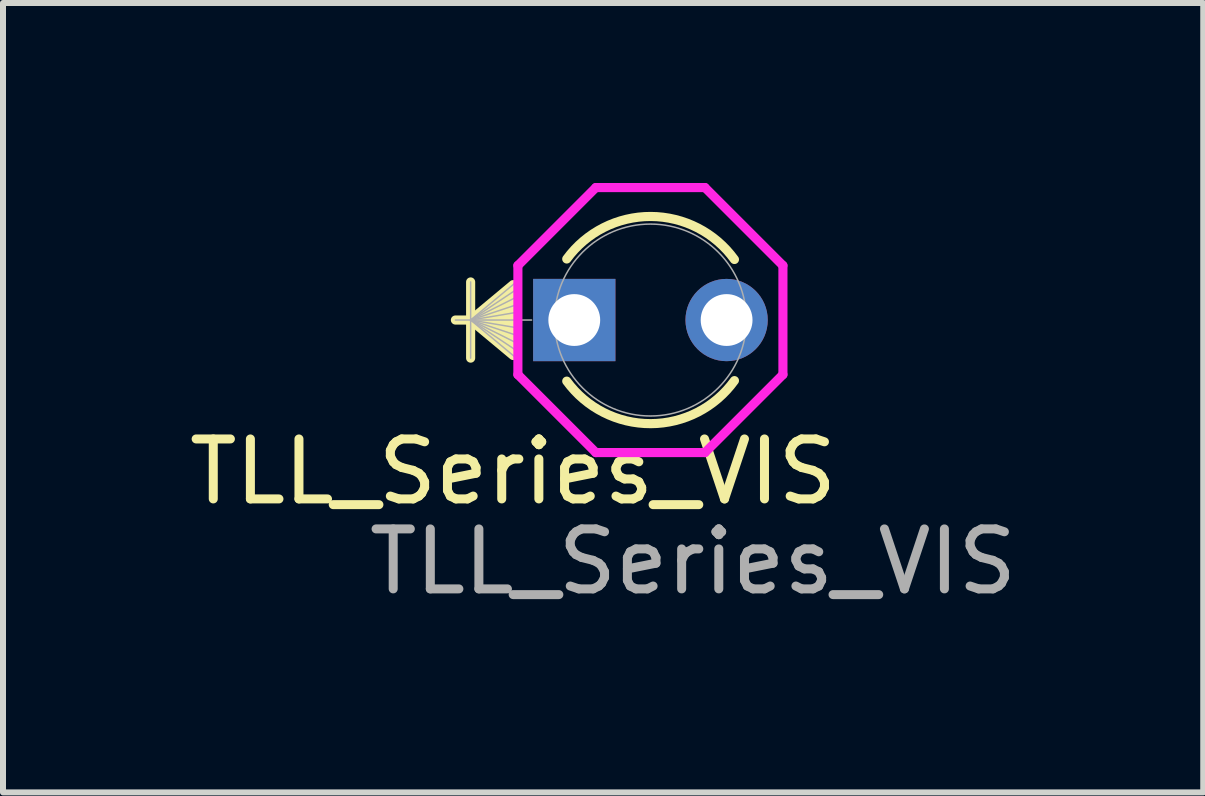
<source format=kicad_pcb>
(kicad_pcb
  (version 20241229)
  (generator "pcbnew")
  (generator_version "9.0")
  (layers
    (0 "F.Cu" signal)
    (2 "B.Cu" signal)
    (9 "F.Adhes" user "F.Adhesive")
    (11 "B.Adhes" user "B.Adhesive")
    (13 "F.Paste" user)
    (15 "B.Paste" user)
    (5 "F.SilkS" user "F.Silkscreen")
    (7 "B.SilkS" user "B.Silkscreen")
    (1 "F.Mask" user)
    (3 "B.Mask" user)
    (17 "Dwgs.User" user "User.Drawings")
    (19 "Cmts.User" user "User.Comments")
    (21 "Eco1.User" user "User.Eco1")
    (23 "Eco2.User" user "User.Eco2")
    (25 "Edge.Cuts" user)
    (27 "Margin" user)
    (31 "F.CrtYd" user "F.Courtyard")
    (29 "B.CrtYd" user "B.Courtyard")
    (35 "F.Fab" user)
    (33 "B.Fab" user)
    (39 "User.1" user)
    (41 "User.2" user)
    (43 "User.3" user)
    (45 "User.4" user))
  (footprint "TLL_Series_VIS"
    (layer "F.Cu")
    (at 7.506 2.314)
    (property "Reference" "TLL_Series_VIS" (at -2 2.5 0) (unlocked yes) (layer "F.SilkS") (effects (font (size 1 1) (thickness 0.15))))
    (attr through_hole)
    (fp_line (start -2.709 -0.663) (end -2.709 0.607) (stroke (width 0.152) (type solid)) (layer "F.SilkS"))
    (fp_line (start -2.709 -0.028) (end -2 -0.618) (stroke (width 0.152) (type solid)) (layer "F.SilkS"))
    (fp_line (start -2.709 -0.028) (end -2 -0.5) (stroke (width 0.152) (type solid)) (layer "F.SilkS"))
    (fp_line (start -2.709 -0.028) (end -2 -0.382) (stroke (width 0.152) (type solid)) (layer "F.SilkS"))
    (fp_line (start -2.709 -0.028) (end -2 -0.264) (stroke (width 0.152) (type solid)) (layer "F.SilkS"))
    (fp_line (start -2.709 -0.028) (end -2 -0.146) (stroke (width 0.152) (type solid)) (layer "F.SilkS"))
    (fp_line (start -2.709 -0.028) (end -2 0.091) (stroke (width 0.152) (type solid)) (layer "F.SilkS"))
    (fp_line (start -2.709 -0.028) (end -2 0.209) (stroke (width 0.152) (type solid)) (layer "F.SilkS"))
    (fp_line (start -2.709 -0.028) (end -2 0.327) (stroke (width 0.152) (type solid)) (layer "F.SilkS"))
    (fp_line (start -2.709 -0.028) (end -2 0.445) (stroke (width 0.152) (type solid)) (layer "F.SilkS"))
    (fp_line (start -2.709 -0.028) (end -2 0.563) (stroke (width 0.152) (type solid)) (layer "F.SilkS"))
    (fp_line (start -2 -0.028) (end -2.963 -0.028) (stroke (width 0.152) (type solid)) (layer "F.SilkS"))
    (fp_arc (start -1.106379 -1.046099) (mid 0.29377 -1.754752) (end 1.689601 -1.037633) (stroke (width 0.1524) (type solid)) (layer "F.SilkS"))
    (fp_arc (start 1.689601 0.982513) (mid 0.29377 1.699632) (end -1.106379 0.990979) (stroke (width 0.1524) (type solid)) (layer "F.SilkS"))
    (fp_line (start -1.921 -0.937) (end -0.621 -2.237) (stroke (width 0.152) (type solid)) (layer "F.CrtYd"))
    (fp_line (start -1.921 0.882) (end -1.921 -0.937) (stroke (width 0.152) (type solid)) (layer "F.CrtYd"))
    (fp_line (start -0.621 -2.237) (end 1.198 -2.237) (stroke (width 0.152) (type solid)) (layer "F.CrtYd"))
    (fp_line (start -0.621 2.182) (end -1.921 0.882) (stroke (width 0.152) (type solid)) (layer "F.CrtYd"))
    (fp_line (start 1.198 -2.237) (end 2.498 -0.937) (stroke (width 0.152) (type solid)) (layer "F.CrtYd"))
    (fp_line (start 1.198 2.182) (end -0.621 2.182) (stroke (width 0.152) (type solid)) (layer "F.CrtYd"))
    (fp_line (start 2.498 -0.937) (end 2.498 0.882) (stroke (width 0.152) (type solid)) (layer "F.CrtYd"))
    (fp_line (start 2.498 0.882) (end 1.198 2.182) (stroke (width 0.152) (type solid)) (layer "F.CrtYd"))
    (fp_line (start -2.709 -0.663) (end -2.709 0.607) (stroke (width 0.025) (type solid)) (layer "F.Fab"))
    (fp_line (start -2.709 -0.028) (end -1.947 -0.663) (stroke (width 0.025) (type solid)) (layer "F.Fab"))
    (fp_line (start -2.709 -0.028) (end -1.947 -0.536) (stroke (width 0.025) (type solid)) (layer "F.Fab"))
    (fp_line (start -2.709 -0.028) (end -1.947 -0.409) (stroke (width 0.025) (type solid)) (layer "F.Fab"))
    (fp_line (start -2.709 -0.028) (end -1.947 -0.282) (stroke (width 0.025) (type solid)) (layer "F.Fab"))
    (fp_line (start -2.709 -0.028) (end -1.947 -0.155) (stroke (width 0.025) (type solid)) (layer "F.Fab"))
    (fp_line (start -2.709 -0.028) (end -1.947 0.099) (stroke (width 0.025) (type solid)) (layer "F.Fab"))
    (fp_line (start -2.709 -0.028) (end -1.947 0.226) (stroke (width 0.025) (type solid)) (layer "F.Fab"))
    (fp_line (start -2.709 -0.028) (end -1.947 0.353) (stroke (width 0.025) (type solid)) (layer "F.Fab"))
    (fp_line (start -2.709 -0.028) (end -1.947 0.48) (stroke (width 0.025) (type solid)) (layer "F.Fab"))
    (fp_line (start -2.709 -0.028) (end -1.947 0.607) (stroke (width 0.025) (type solid)) (layer "F.Fab"))
    (fp_line (start -1.947 -0.663) (end -1.947 0.607) (stroke (width 0.025) (type solid)) (layer "F.Fab"))
    (fp_line (start -1.693 -0.028) (end -2.963 -0.028) (stroke (width 0.025) (type solid)) (layer "F.Fab"))
    (fp_circle (center 0.289 -0.028) (end 1.889 -0.028) (stroke (width 0.025) (type solid)) (fill no) (layer "F.Fab"))
    (fp_text user "${REFERENCE}" (at 1 4 0) (unlocked yes) (layer "F.Fab") (effects (font (size 1 1) (thickness 0.15))))
    (pad "1" thru_hole rect (at -0.981 -0.028) (size 1.372 1.372) (drill 0.864) (layers "*.Cu" "*.Mask"))
    (pad "2" thru_hole circle (at 1.559 -0.028) (size 1.372 1.372) (drill 0.864) (layers "*.Cu" "*.Mask")))
  (gr_rect
    (start -3 -3)
    (end 17.012 10.162)
    (stroke (width 0.1) (type default))
    (fill no)
    (layer "Edge.Cuts")))
</source>
